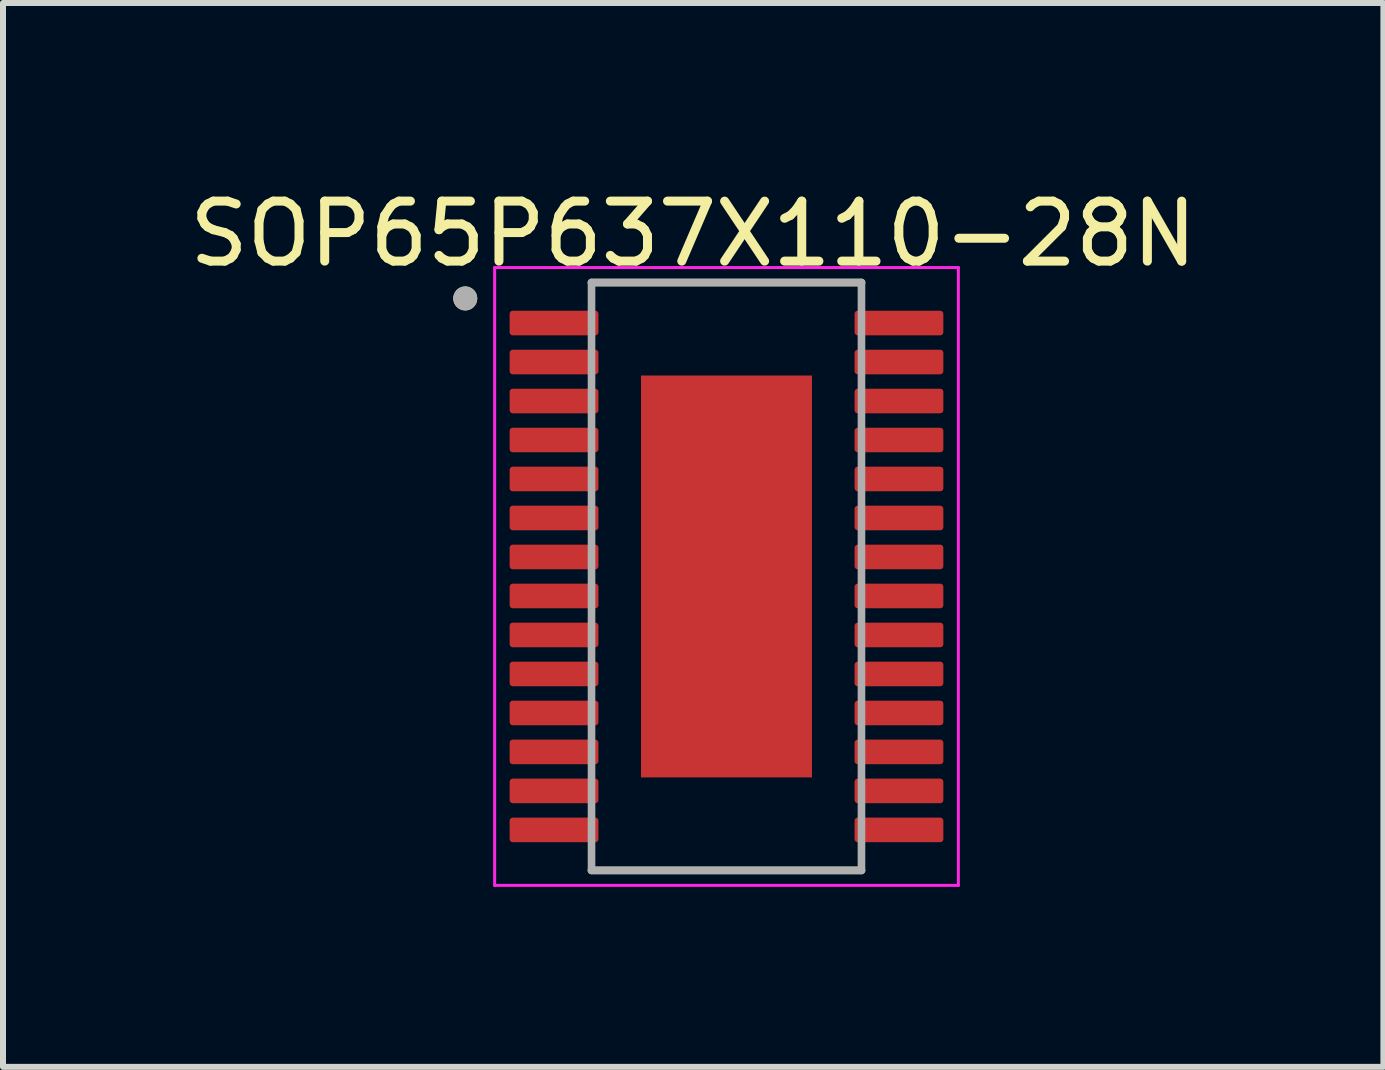
<source format=kicad_pcb>
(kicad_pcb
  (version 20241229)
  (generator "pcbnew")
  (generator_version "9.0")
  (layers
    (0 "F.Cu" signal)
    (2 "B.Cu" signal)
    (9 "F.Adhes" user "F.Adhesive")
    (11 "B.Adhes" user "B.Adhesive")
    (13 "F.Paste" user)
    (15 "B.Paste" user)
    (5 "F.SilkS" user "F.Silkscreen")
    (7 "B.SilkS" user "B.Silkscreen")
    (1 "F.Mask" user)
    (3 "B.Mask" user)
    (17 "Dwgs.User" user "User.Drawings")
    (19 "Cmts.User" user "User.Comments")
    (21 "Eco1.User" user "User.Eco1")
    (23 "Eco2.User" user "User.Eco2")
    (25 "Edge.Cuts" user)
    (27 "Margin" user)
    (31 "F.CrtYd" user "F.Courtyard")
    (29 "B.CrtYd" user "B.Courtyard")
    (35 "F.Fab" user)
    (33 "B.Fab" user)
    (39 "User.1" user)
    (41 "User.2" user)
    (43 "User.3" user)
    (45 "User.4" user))
  (footprint "SOP65P637X110-28N"
    (layer "F.Cu")
    (at 9.061 6.56)
    (property "Reference" "SOP65P637X110-28N" (at -0.555 -5.712 0) (layer "F.SilkS") (effects (font (size 1 1) (thickness 0.15))))
    (attr smd)
    (fp_line (start -2.25 -4.9) (end 2.25 -4.9) (stroke (width 0.127) (type solid)) (layer "F.SilkS"))
    (fp_line (start -2.25 4.9) (end 2.25 4.9) (stroke (width 0.127) (type solid)) (layer "F.SilkS"))
    (fp_circle (center -4.355 -4.635) (end -4.255 -4.635) (stroke (width 0.2) (type solid)) (fill no) (layer "F.SilkS"))
    (fp_poly (pts (xy -0.713 -1.675) (xy 0.713 -1.675) (xy 0.713 1.675) (xy -0.713 1.675)) (stroke (width 0.01) (type solid)) (fill yes) (layer "F.Paste"))
    (fp_line (start -3.865 -5.15) (end -3.865 5.15) (stroke (width 0.05) (type solid)) (layer "F.CrtYd"))
    (fp_line (start -3.865 -5.15) (end 3.865 -5.15) (stroke (width 0.05) (type solid)) (layer "F.CrtYd"))
    (fp_line (start -3.865 5.15) (end 3.865 5.15) (stroke (width 0.05) (type solid)) (layer "F.CrtYd"))
    (fp_line (start 3.865 -5.15) (end 3.865 5.15) (stroke (width 0.05) (type solid)) (layer "F.CrtYd"))
    (fp_line (start -2.25 -4.9) (end -2.25 4.9) (stroke (width 0.127) (type solid)) (layer "F.Fab"))
    (fp_line (start -2.25 -4.9) (end 2.25 -4.9) (stroke (width 0.127) (type solid)) (layer "F.Fab"))
    (fp_line (start -2.25 4.9) (end 2.25 4.9) (stroke (width 0.127) (type solid)) (layer "F.Fab"))
    (fp_line (start 2.25 -4.9) (end 2.25 4.9) (stroke (width 0.127) (type solid)) (layer "F.Fab"))
    (fp_circle (center -4.355 -4.635) (end -4.255 -4.635) (stroke (width 0.2) (type solid)) (fill no) (layer "F.Fab"))
    (pad "1" smd roundrect (at -2.875 -4.225) (size 1.48 0.41) (layers "F.Cu" "F.Mask" "F.Paste") (roundrect_rratio 0.125))
    (pad "2" smd roundrect (at -2.875 -3.575) (size 1.48 0.41) (layers "F.Cu" "F.Mask" "F.Paste") (roundrect_rratio 0.125))
    (pad "3" smd roundrect (at -2.875 -2.925) (size 1.48 0.41) (layers "F.Cu" "F.Mask" "F.Paste") (roundrect_rratio 0.125))
    (pad "4" smd roundrect (at -2.875 -2.275) (size 1.48 0.41) (layers "F.Cu" "F.Mask" "F.Paste") (roundrect_rratio 0.125))
    (pad "5" smd roundrect (at -2.875 -1.625) (size 1.48 0.41) (layers "F.Cu" "F.Mask" "F.Paste") (roundrect_rratio 0.125))
    (pad "6" smd roundrect (at -2.875 -0.975) (size 1.48 0.41) (layers "F.Cu" "F.Mask" "F.Paste") (roundrect_rratio 0.125))
    (pad "7" smd roundrect (at -2.875 -0.325) (size 1.48 0.41) (layers "F.Cu" "F.Mask" "F.Paste") (roundrect_rratio 0.125))
    (pad "8" smd roundrect (at -2.875 0.325) (size 1.48 0.41) (layers "F.Cu" "F.Mask" "F.Paste") (roundrect_rratio 0.125))
    (pad "9" smd roundrect (at -2.875 0.975) (size 1.48 0.41) (layers "F.Cu" "F.Mask" "F.Paste") (roundrect_rratio 0.125))
    (pad "10" smd roundrect (at -2.875 1.625) (size 1.48 0.41) (layers "F.Cu" "F.Mask" "F.Paste") (roundrect_rratio 0.125))
    (pad "11" smd roundrect (at -2.875 2.275) (size 1.48 0.41) (layers "F.Cu" "F.Mask" "F.Paste") (roundrect_rratio 0.125))
    (pad "12" smd roundrect (at -2.875 2.925) (size 1.48 0.41) (layers "F.Cu" "F.Mask" "F.Paste") (roundrect_rratio 0.125))
    (pad "13" smd roundrect (at -2.875 3.575) (size 1.48 0.41) (layers "F.Cu" "F.Mask" "F.Paste") (roundrect_rratio 0.125))
    (pad "14" smd roundrect (at -2.875 4.225) (size 1.48 0.41) (layers "F.Cu" "F.Mask" "F.Paste") (roundrect_rratio 0.125))
    (pad "15" smd roundrect (at 2.875 4.225) (size 1.48 0.41) (layers "F.Cu" "F.Mask" "F.Paste") (roundrect_rratio 0.125))
    (pad "16" smd roundrect (at 2.875 3.575) (size 1.48 0.41) (layers "F.Cu" "F.Mask" "F.Paste") (roundrect_rratio 0.125))
    (pad "17" smd roundrect (at 2.875 2.925) (size 1.48 0.41) (layers "F.Cu" "F.Mask" "F.Paste") (roundrect_rratio 0.125))
    (pad "18" smd roundrect (at 2.875 2.275) (size 1.48 0.41) (layers "F.Cu" "F.Mask" "F.Paste") (roundrect_rratio 0.125))
    (pad "19" smd roundrect (at 2.875 1.625) (size 1.48 0.41) (layers "F.Cu" "F.Mask" "F.Paste") (roundrect_rratio 0.125))
    (pad "20" smd roundrect (at 2.875 0.975) (size 1.48 0.41) (layers "F.Cu" "F.Mask" "F.Paste") (roundrect_rratio 0.125))
    (pad "21" smd roundrect (at 2.875 0.325) (size 1.48 0.41) (layers "F.Cu" "F.Mask" "F.Paste") (roundrect_rratio 0.125))
    (pad "22" smd roundrect (at 2.875 -0.325) (size 1.48 0.41) (layers "F.Cu" "F.Mask" "F.Paste") (roundrect_rratio 0.125))
    (pad "23" smd roundrect (at 2.875 -0.975) (size 1.48 0.41) (layers "F.Cu" "F.Mask" "F.Paste") (roundrect_rratio 0.125))
    (pad "24" smd roundrect (at 2.875 -1.625) (size 1.48 0.41) (layers "F.Cu" "F.Mask" "F.Paste") (roundrect_rratio 0.125))
    (pad "25" smd roundrect (at 2.875 -2.275) (size 1.48 0.41) (layers "F.Cu" "F.Mask" "F.Paste") (roundrect_rratio 0.125))
    (pad "26" smd roundrect (at 2.875 -2.925) (size 1.48 0.41) (layers "F.Cu" "F.Mask" "F.Paste") (roundrect_rratio 0.125))
    (pad "27" smd roundrect (at 2.875 -3.575) (size 1.48 0.41) (layers "F.Cu" "F.Mask" "F.Paste") (roundrect_rratio 0.125))
    (pad "28" smd roundrect (at 2.875 -4.225) (size 1.48 0.41) (layers "F.Cu" "F.Mask" "F.Paste") (roundrect_rratio 0.125))
    (pad "29" smd rect (at 0 0) (size 2.85 6.7) (layers "F.Cu" "F.Mask")))
  (gr_rect
    (start -3 -3)
    (end 20.012 14.735)
    (stroke (width 0.1) (type default))
    (fill no)
    (layer "Edge.Cuts")))
</source>
